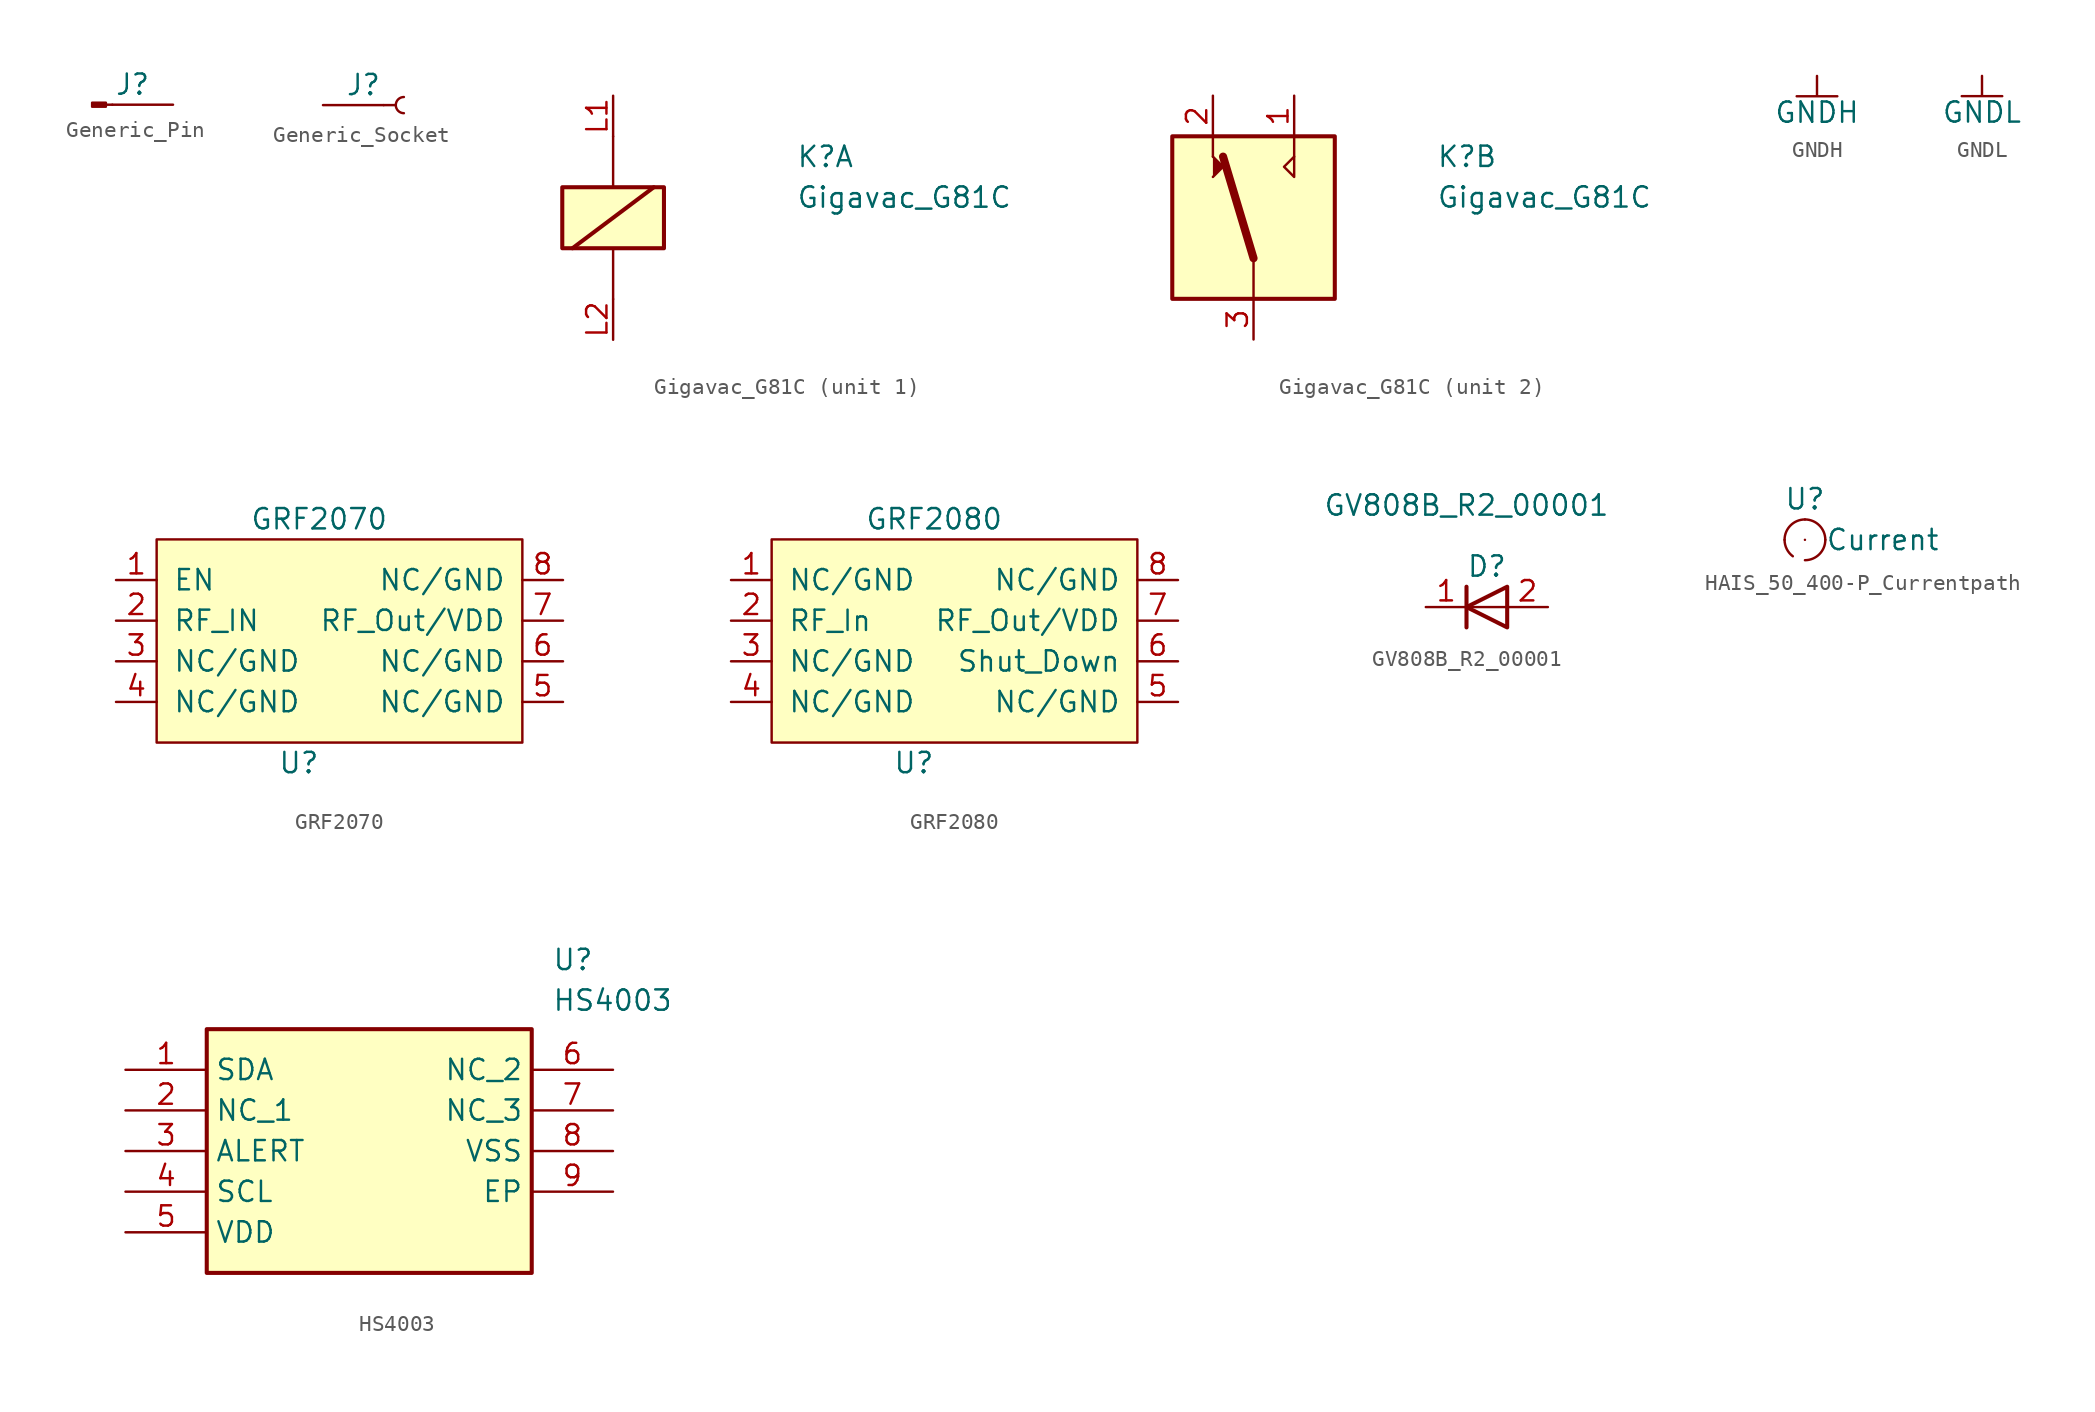
<source format=kicad_sym>
(kicad_symbol_lib
  (version 20231120)
  (generator "kicad_symbol_editor")
  (generator_version "8.0")
  (symbol "Generic_Pin"
    (property "Reference" "J"
      (at 0 1.27 0)
      (effects (font (size 1.27 1.27))))
    (property "Value" ""
      (at 0 0 0)
      (effects (font (size 1.27 1.27))))
    (symbol "Generic_Pin_1_1"
      (rectangle (start -1.676 0.127) (end -2.54 -0.127) (stroke (width 0.152) (type default)) (fill (type outline)))
      (polyline (pts (xy -1.27 0) (xy -1.676 0)) (stroke (width 0.152) (type default)) (fill (type none)))
      (pin passive line (at 2.54 0 180) (length 3.81) (name "" (effects (font (size 1.27 1.27)))) (number "" (effects (font (size 1.27 1.27)))))))
  (symbol "Generic_Socket"
    (property "Reference" "J"
      (at 0 1.27 0)
      (effects (font (size 1.27 1.27))))
    (property "Value" ""
      (at 0 0 0)
      (effects (font (size 1.27 1.27))))
    (symbol "Generic_Socket_1_1"
      (polyline (pts (xy 1.27 0) (xy 2.032 0)) (stroke (width 0.152) (type default)) (fill (type none)))
      (arc (start 2.54 0.508) (mid 2.0342 0) (end 2.54 -0.508) (stroke (width 0.1524) (type default)) (fill (type none)))
      (pin passive line (at -2.54 0 0) (length 3.81) (name "" (effects (font (size 1.27 1.27)))) (number "" (effects (font (size 1.27 1.27)))))))
  (symbol "Gigavac_G81C"
    (property "Reference" "K"
      (at 11.43 3.81 0)
      (effects (font (size 1.27 1.27)) (justify left)))
    (property "Value" "Gigavac_G81C"
      (at 11.43 1.27 0)
      (effects (font (size 1.27 1.27)) (justify left)))
    (property "ki_locked" ""
      (at 0 0 0)
      (effects (font (size 1.27 1.27))))
    (symbol "Gigavac_G81C_1_1"
      (rectangle (start -3.175 1.905) (end 3.175 -1.905) (stroke (width 0.254) (type default)) (fill (type background)))
      (polyline (pts (xy -2.54 -1.905) (xy 2.54 1.905)) (stroke (width 0.254) (type default)) (fill (type none)))
      (polyline (pts (xy 0 -5.08) (xy 0 -1.905)) (stroke (width 0) (type default)) (fill (type none)))
      (polyline (pts (xy 0 5.08) (xy 0 1.905)) (stroke (width 0) (type default)) (fill (type none)))
      (pin passive line (at 0 7.62 270) (length 2.54) (name "~" (effects (font (size 1.27 1.27)))) (number "L1" (effects (font (size 1.27 1.27)))))
      (pin passive line (at 0 -7.62 90) (length 2.54) (name "~" (effects (font (size 1.27 1.27)))) (number "L2" (effects (font (size 1.27 1.27))))))
    (symbol "Gigavac_G81C_2_1"
      (rectangle (start -5.08 5.08) (end 5.08 -5.08) (stroke (width 0.254) (type default)) (fill (type background)))
      (polyline (pts (xy -2.54 3.81) (xy -2.54 5.08)) (stroke (width 0) (type default)) (fill (type none)))
      (polyline (pts (xy 0 -2.54) (xy -1.905 3.81)) (stroke (width 0.508) (type default)) (fill (type none)))
      (polyline (pts (xy 0 -2.54) (xy 0 -5.08)) (stroke (width 0) (type default)) (fill (type none)))
      (polyline (pts (xy 2.54 3.81) (xy 2.54 5.08)) (stroke (width 0) (type default)) (fill (type none)))
      (polyline (pts (xy -2.54 2.54) (xy -1.905 3.175) (xy -2.54 3.81)) (stroke (width 0) (type default)) (fill (type outline)))
      (polyline (pts (xy 2.54 3.81) (xy 2.54 2.54) (xy 1.905 3.175) (xy 2.54 3.81)) (stroke (width 0) (type default)) (fill (type none)))
      (pin passive line (at 2.54 7.62 270) (length 2.54) (name "~" (effects (font (size 1.27 1.27)))) (number "1" (effects (font (size 1.27 1.27)))))
      (pin passive line (at -2.54 7.62 270) (length 2.54) (name "~" (effects (font (size 1.27 1.27)))) (number "2" (effects (font (size 1.27 1.27)))))
      (pin passive line (at 0 -7.62 90) (length 2.54) (name "~" (effects (font (size 1.27 1.27)))) (number "3" (effects (font (size 1.27 1.27)))))))
  (symbol "GNDH"
    (power)
    (pin_names
      (offset 0))
    (property "Reference" "#PWR"
      (at 0 -6.35 0)
      (effects (font (size 1.27 1.27)) (hide yes)))
    (property "Value" "GNDH"
      (at 0 -2.286 0)
      (effects (font (size 1.27 1.27))))
    (symbol "GNDH_0_1"
      (polyline (pts (xy 0 0) (xy 0 -1.27) (xy -1.27 -1.27) (xy 1.27 -1.27) (xy 0 -1.27)) (stroke (width 0) (type default)) (fill (type none))))
    (symbol "GNDH_1_1"
      (pin power_in line (at 0 0 270) (length 0) hide (name "GNDH" (effects (font (size 1.27 1.27)))) (number "1" (effects (font (size 1.27 1.27)))))))
  (symbol "GNDL"
    (power)
    (pin_names
      (offset 0))
    (property "Reference" "#PWR"
      (at 0 -6.35 0)
      (effects (font (size 1.27 1.27)) (hide yes)))
    (property "Value" "GNDL"
      (at 0 -2.286 0)
      (effects (font (size 1.27 1.27))))
    (symbol "GNDL_0_1"
      (polyline (pts (xy 0 0) (xy 0 -1.27) (xy -1.27 -1.27) (xy 1.27 -1.27) (xy 0 -1.27)) (stroke (width 0) (type default)) (fill (type none))))
    (symbol "GNDL_1_1"
      (pin power_in line (at 0 0 270) (length 0) hide (name "GNDL" (effects (font (size 1.27 1.27)))) (number "1" (effects (font (size 1.27 1.27)))))))
  (symbol "GRF2070"
    (pin_names
      (offset 1.016))
    (property "Reference" "U"
      (at 1.27 -7.62 0)
      (effects (font (size 1.27 1.27))))
    (property "Value" "GRF2070"
      (at 2.54 7.62 0)
      (effects (font (size 1.27 1.27))))
    (symbol "GRF2070_0_1"
      (rectangle (start -7.62 6.35) (end 15.24 -6.35) (stroke (width 0) (type default)) (fill (type background))))
    (symbol "GRF2070_1_1"
      (pin input line (at -10.16 3.81 0) (length 2.54) (name "EN" (effects (font (size 1.27 1.27)))) (number "1" (effects (font (size 1.27 1.27)))))
      (pin input line (at -10.16 1.27 0) (length 2.54) (name "RF_IN" (effects (font (size 1.27 1.27)))) (number "2" (effects (font (size 1.27 1.27)))))
      (pin input line (at -10.16 -1.27 0) (length 2.54) (name "NC/GND" (effects (font (size 1.27 1.27)))) (number "3" (effects (font (size 1.27 1.27)))))
      (pin input line (at -10.16 -3.81 0) (length 2.54) (name "NC/GND" (effects (font (size 1.27 1.27)))) (number "4" (effects (font (size 1.27 1.27)))))
      (pin input line (at 17.78 -3.81 180) (length 2.54) (name "NC/GND" (effects (font (size 1.27 1.27)))) (number "5" (effects (font (size 1.27 1.27)))))
      (pin input line (at 17.78 -1.27 180) (length 2.54) (name "NC/GND" (effects (font (size 1.27 1.27)))) (number "6" (effects (font (size 1.27 1.27)))))
      (pin output line (at 17.78 1.27 180) (length 2.54) (name "RF_Out/VDD" (effects (font (size 1.27 1.27)))) (number "7" (effects (font (size 1.27 1.27)))))
      (pin input line (at 17.78 3.81 180) (length 2.54) (name "NC/GND" (effects (font (size 1.27 1.27)))) (number "8" (effects (font (size 1.27 1.27)))))))
  (symbol "GRF2080"
    (pin_names
      (offset 1.016))
    (property "Reference" "U"
      (at -1.27 -15.24 0)
      (effects (font (size 1.27 1.27))))
    (property "Value" "GRF2080"
      (at 0 0 0)
      (effects (font (size 1.27 1.27))))
    (symbol "GRF2080_1_1"
      (rectangle (start -10.16 -1.27) (end 12.7 -13.97) (stroke (width 0) (type default)) (fill (type background)))
      (pin input line (at -12.7 -3.81 0) (length 2.54) (name "NC/GND" (effects (font (size 1.27 1.27)))) (number "1" (effects (font (size 1.27 1.27)))))
      (pin input line (at -12.7 -6.35 0) (length 2.54) (name "RF_In" (effects (font (size 1.27 1.27)))) (number "2" (effects (font (size 1.27 1.27)))))
      (pin input line (at -12.7 -8.89 0) (length 2.54) (name "NC/GND" (effects (font (size 1.27 1.27)))) (number "3" (effects (font (size 1.27 1.27)))))
      (pin input line (at -12.7 -11.43 0) (length 2.54) (name "NC/GND" (effects (font (size 1.27 1.27)))) (number "4" (effects (font (size 1.27 1.27)))))
      (pin input line (at 15.24 -11.43 180) (length 2.54) (name "NC/GND" (effects (font (size 1.27 1.27)))) (number "5" (effects (font (size 1.27 1.27)))))
      (pin input line (at 15.24 -8.89 180) (length 2.54) (name "Shut_Down" (effects (font (size 1.27 1.27)))) (number "6" (effects (font (size 1.27 1.27)))))
      (pin output line (at 15.24 -6.35 180) (length 2.54) (name "RF_Out/VDD" (effects (font (size 1.27 1.27)))) (number "7" (effects (font (size 1.27 1.27)))))
      (pin input line (at 15.24 -3.81 180) (length 2.54) (name "NC/GND" (effects (font (size 1.27 1.27)))) (number "8" (effects (font (size 1.27 1.27)))))))
  (symbol "GV808B_R2_00001"
    (pin_names
      (offset 1.016))
    (property "Reference" "D"
      (at 0 0 0)
      (effects (font (size 1.27 1.27))))
    (property "Value" "GV808B_R2_00001"
      (at -1.27 3.81 0)
      (effects (font (size 1.27 1.27))))
    (symbol "GV808B_R2_00001_1_1"
      (polyline (pts (xy -1.27 -1.27) (xy -1.27 -3.81)) (stroke (width 0.254) (type default)) (fill (type none)))
      (polyline (pts (xy 1.27 -2.54) (xy -1.27 -2.54)) (stroke (width 0) (type default)) (fill (type none)))
      (polyline (pts (xy 1.27 -1.27) (xy 1.27 -3.81) (xy -1.27 -2.54) (xy 1.27 -1.27)) (stroke (width 0.254) (type default)) (fill (type none)))
      (pin passive line (at -3.81 -2.54 0) (length 2.54) (name "" (effects (font (size 1.27 1.27)))) (number "1" (effects (font (size 1.27 1.27)))))
      (pin passive line (at 3.81 -2.54 180) (length 2.54) (name "" (effects (font (size 1.27 1.27)))) (number "2" (effects (font (size 1.27 1.27)))))))
  (symbol "HAIS_50_400-P_Currentpath"
    (pin_names
      (offset 1.27))
    (property "Reference" "U"
      (at 0 2.54 0)
      (effects (font (size 1.27 1.27))))
    (property "Value" ""
      (at 0 0 0)
      (effects (font (size 1.27 1.27))))
    (symbol "HAIS_50_400-P_Currentpath_0_1"
      (arc (start -1.27 0) (mid -1.1344 -0.5737) (end -0.7558 -1.0256) (stroke (width 0) (type default)) (fill (type none)))
      (arc (start 0 -1.27) (mid 0.898 -0.898) (end 1.27 0) (stroke (width 0) (type default)) (fill (type none)))
      (arc (start 0 1.27) (mid -0.898 0.898) (end -1.27 0) (stroke (width 0) (type default)) (fill (type none)))
      (arc (start 1.27 0) (mid 0.898 0.898) (end 0 1.27) (stroke (width 0) (type default)) (fill (type none))))
    (symbol "HAIS_50_400-P_Currentpath_1_1"
      (pin unspecified line (at 0 0 0) (length 0) (name "Current" (effects (font (size 1.27 1.27)))) (number "" (effects (font (size 1.27 1.27)))))))
  (symbol "HS4003"
    (property "Reference" "U"
      (at 26.67 7.62 0)
      (effects (font (size 1.27 1.27)) (justify left top)))
    (property "Value" "HS4003"
      (at 26.67 5.08 0)
      (effects (font (size 1.27 1.27)) (justify left top)))
    (symbol "HS4003_1_1"
      (rectangle (start 5.08 2.54) (end 25.4 -12.7) (stroke (width 0.254) (type default)) (fill (type background)))
      (pin passive line (at 0 0 0) (length 5.08) (name "SDA" (effects (font (size 1.27 1.27)))) (number "1" (effects (font (size 1.27 1.27)))))
      (pin passive line (at 0 -2.54 0) (length 5.08) (name "NC_1" (effects (font (size 1.27 1.27)))) (number "2" (effects (font (size 1.27 1.27)))))
      (pin passive line (at 0 -5.08 0) (length 5.08) (name "ALERT" (effects (font (size 1.27 1.27)))) (number "3" (effects (font (size 1.27 1.27)))))
      (pin passive line (at 0 -7.62 0) (length 5.08) (name "SCL" (effects (font (size 1.27 1.27)))) (number "4" (effects (font (size 1.27 1.27)))))
      (pin passive line (at 0 -10.16 0) (length 5.08) (name "VDD" (effects (font (size 1.27 1.27)))) (number "5" (effects (font (size 1.27 1.27)))))
      (pin passive line (at 30.48 0 180) (length 5.08) (name "NC_2" (effects (font (size 1.27 1.27)))) (number "6" (effects (font (size 1.27 1.27)))))
      (pin passive line (at 30.48 -2.54 180) (length 5.08) (name "NC_3" (effects (font (size 1.27 1.27)))) (number "7" (effects (font (size 1.27 1.27)))))
      (pin passive line (at 30.48 -5.08 180) (length 5.08) (name "VSS" (effects (font (size 1.27 1.27)))) (number "8" (effects (font (size 1.27 1.27)))))
      (pin passive line (at 30.48 -7.62 180) (length 5.08) (name "EP" (effects (font (size 1.27 1.27)))) (number "9" (effects (font (size 1.27 1.27))))))))
</source>
